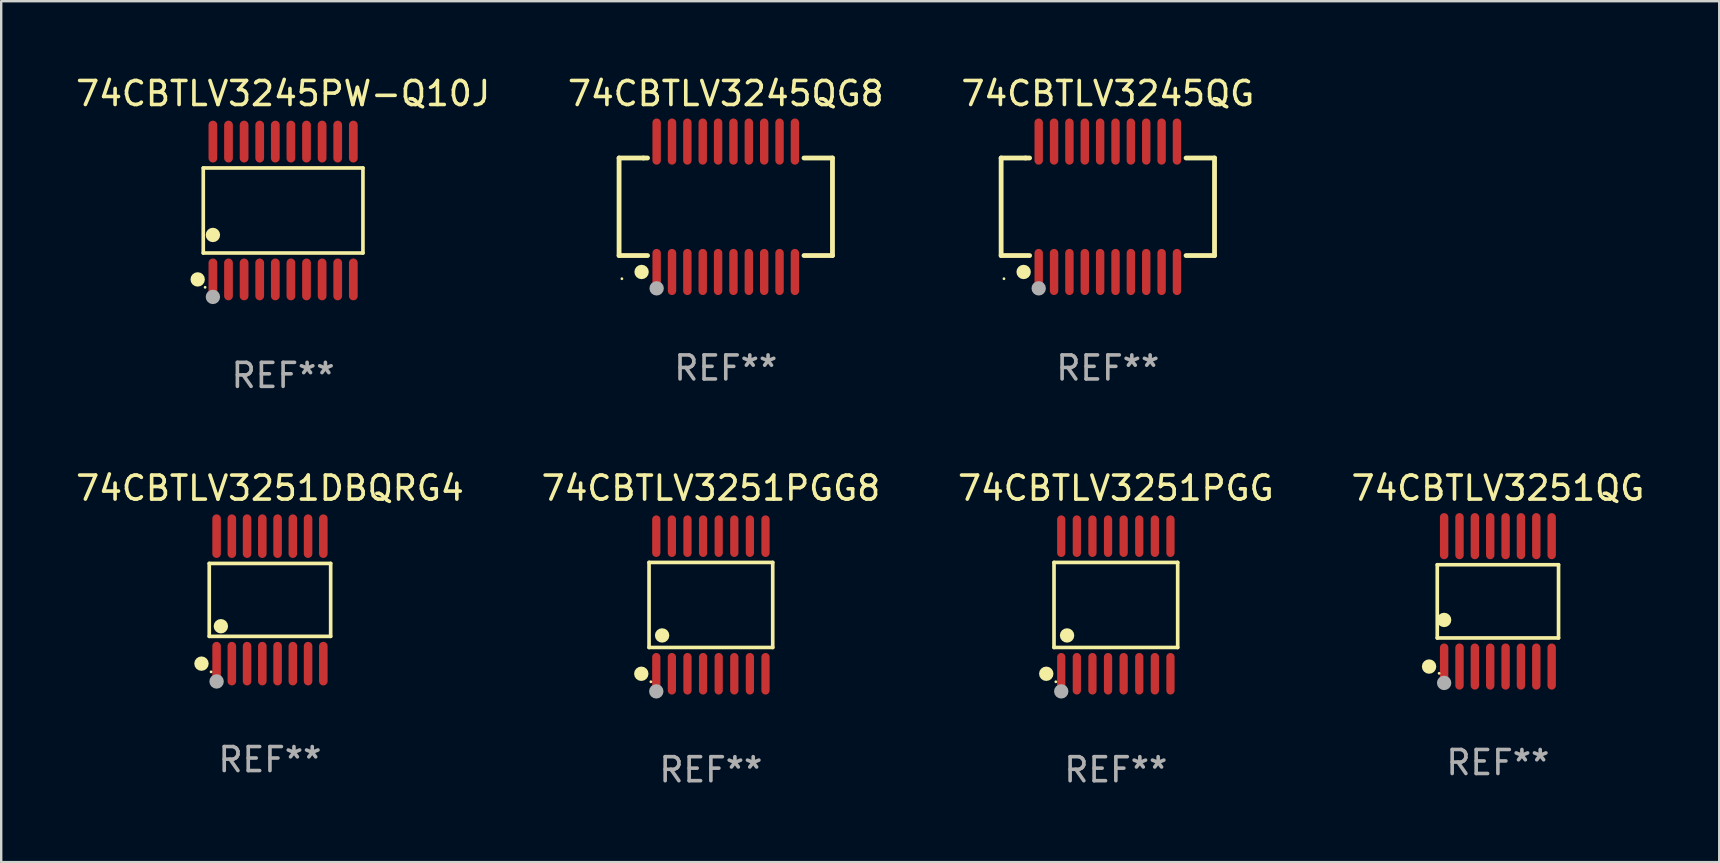
<source format=kicad_pcb>
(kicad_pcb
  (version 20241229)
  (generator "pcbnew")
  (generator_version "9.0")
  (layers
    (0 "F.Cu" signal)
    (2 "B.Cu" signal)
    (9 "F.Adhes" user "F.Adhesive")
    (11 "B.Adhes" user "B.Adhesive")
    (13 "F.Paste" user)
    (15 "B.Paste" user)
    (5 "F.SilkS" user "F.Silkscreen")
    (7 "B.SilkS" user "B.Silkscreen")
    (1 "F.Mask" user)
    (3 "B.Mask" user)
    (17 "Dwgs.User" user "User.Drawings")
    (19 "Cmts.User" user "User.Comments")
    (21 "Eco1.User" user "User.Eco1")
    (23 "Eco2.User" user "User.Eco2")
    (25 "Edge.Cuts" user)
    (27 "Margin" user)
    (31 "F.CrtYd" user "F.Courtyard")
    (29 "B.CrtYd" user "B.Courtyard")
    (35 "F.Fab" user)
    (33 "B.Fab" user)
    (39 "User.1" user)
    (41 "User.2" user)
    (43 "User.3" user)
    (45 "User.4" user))
  (footprint "74CBTLV3245PW-Q10J"
    (layer "F.Cu")
    (at 8.744 5.719)
    (property "Reference" "74CBTLV3245PW-Q10J" (at 0 -4.871 0) (layer "F.SilkS") (effects (font (size 1 1) (thickness 0.15))))
    (attr through_hole)
    (fp_line (start -3.326 -1.771) (end 3.326 -1.771) (stroke (width 0.152) (type solid)) (layer "F.SilkS"))
    (fp_line (start -3.326 1.771) (end -3.326 -1.771) (stroke (width 0.152) (type solid)) (layer "F.SilkS"))
    (fp_line (start 3.326 -1.771) (end 3.326 1.771) (stroke (width 0.152) (type solid)) (layer "F.SilkS"))
    (fp_line (start 3.326 1.771) (end -3.326 1.771) (stroke (width 0.152) (type solid)) (layer "F.SilkS"))
    (fp_circle (center -3.559 2.871) (end -3.409 2.871) (stroke (width 0.3) (type solid)) (fill no) (layer "F.SilkS"))
    (fp_circle (center -3.25 3.2) (end -3.22 3.2) (stroke (width 0.06) (type solid)) (fill no) (layer "F.SilkS"))
    (fp_circle (center -2.925 1.019) (end -2.775 1.019) (stroke (width 0.3) (type solid)) (fill no) (layer "F.SilkS"))
    (fp_circle (center -2.925 3.6) (end -2.775 3.6) (stroke (width 0.3) (type solid)) (fill no) (layer "F.Fab"))
    (fp_text user "REF**" (at 0 6.871 0) (layer "F.Fab") (effects (font (size 1 1) (thickness 0.15))))
    (pad "1" smd oval (at -2.925 2.871) (size 0.364 1.742) (layers "F.Cu" "F.Mask" "F.Paste"))
    (pad "2" smd oval (at -2.275 2.871) (size 0.364 1.742) (layers "F.Cu" "F.Mask" "F.Paste"))
    (pad "3" smd oval (at -1.625 2.871) (size 0.364 1.742) (layers "F.Cu" "F.Mask" "F.Paste"))
    (pad "4" smd oval (at -0.975 2.871) (size 0.364 1.742) (layers "F.Cu" "F.Mask" "F.Paste"))
    (pad "5" smd oval (at -0.325 2.871) (size 0.364 1.742) (layers "F.Cu" "F.Mask" "F.Paste"))
    (pad "6" smd oval (at 0.325 2.871) (size 0.364 1.742) (layers "F.Cu" "F.Mask" "F.Paste"))
    (pad "7" smd oval (at 0.975 2.871) (size 0.364 1.742) (layers "F.Cu" "F.Mask" "F.Paste"))
    (pad "8" smd oval (at 1.625 2.871) (size 0.364 1.742) (layers "F.Cu" "F.Mask" "F.Paste"))
    (pad "9" smd oval (at 2.275 2.871) (size 0.364 1.742) (layers "F.Cu" "F.Mask" "F.Paste"))
    (pad "10" smd oval (at 2.925 2.871) (size 0.364 1.742) (layers "F.Cu" "F.Mask" "F.Paste"))
    (pad "11" smd oval (at 2.925 -2.871) (size 0.364 1.742) (layers "F.Cu" "F.Mask" "F.Paste"))
    (pad "12" smd oval (at 2.275 -2.871) (size 0.364 1.742) (layers "F.Cu" "F.Mask" "F.Paste"))
    (pad "13" smd oval (at 1.625 -2.871) (size 0.364 1.742) (layers "F.Cu" "F.Mask" "F.Paste"))
    (pad "14" smd oval (at 0.975 -2.871) (size 0.364 1.742) (layers "F.Cu" "F.Mask" "F.Paste"))
    (pad "15" smd oval (at 0.325 -2.871) (size 0.364 1.742) (layers "F.Cu" "F.Mask" "F.Paste"))
    (pad "16" smd oval (at -0.325 -2.871) (size 0.364 1.742) (layers "F.Cu" "F.Mask" "F.Paste"))
    (pad "17" smd oval (at -0.975 -2.871) (size 0.364 1.742) (layers "F.Cu" "F.Mask" "F.Paste"))
    (pad "18" smd oval (at -1.625 -2.871) (size 0.364 1.742) (layers "F.Cu" "F.Mask" "F.Paste"))
    (pad "19" smd oval (at -2.275 -2.871) (size 0.364 1.742) (layers "F.Cu" "F.Mask" "F.Paste"))
    (pad "20" smd oval (at -2.925 -2.871) (size 0.364 1.742) (layers "F.Cu" "F.Mask" "F.Paste")))
  (footprint "74CBTLV3245QG"
    (layer "F.Cu")
    (at 43.101 5.564)
    (property "Reference" "74CBTLV3245QG" (at 0 -4.716 0) (layer "F.SilkS") (effects (font (size 1 1) (thickness 0.15))))
    (attr through_hole)
    (fp_line (start -4.445 -2.032) (end -4.445 2.032) (stroke (width 0.2) (type solid)) (layer "F.SilkS"))
    (fp_line (start -4.445 2.032) (end -3.259 2.032) (stroke (width 0.2) (type solid)) (layer "F.SilkS"))
    (fp_line (start -3.429 -2.032) (end -4.445 -2.032) (stroke (width 0.2) (type solid)) (layer "F.SilkS"))
    (fp_line (start -3.259 -2.032) (end -3.429 -2.032) (stroke (width 0.2) (type solid)) (layer "F.SilkS"))
    (fp_line (start 3.259 2.032) (end 4.445 2.032) (stroke (width 0.2) (type solid)) (layer "F.SilkS"))
    (fp_line (start 4.445 -2.032) (end 3.259 -2.032) (stroke (width 0.2) (type solid)) (layer "F.SilkS"))
    (fp_line (start 4.445 2.032) (end 4.445 -2.032) (stroke (width 0.2) (type solid)) (layer "F.SilkS"))
    (fp_circle (center -4.327 2.997) (end -4.297 2.997) (stroke (width 0.06) (type solid)) (fill no) (layer "F.SilkS"))
    (fp_circle (center -3.507 2.716) (end -3.357 2.716) (stroke (width 0.3) (type solid)) (fill no) (layer "F.SilkS"))
    (fp_circle (center -2.88 3.398) (end -2.73 3.398) (stroke (width 0.3) (type solid)) (fill no) (layer "F.Fab"))
    (fp_text user "REF**" (at 0 6.716 0) (layer "F.Fab") (effects (font (size 1 1) (thickness 0.15))))
    (pad "1" smd oval (at -2.88 2.716) (size 0.35 1.922) (layers "F.Cu" "F.Mask" "F.Paste"))
    (pad "2" smd oval (at -2.24 2.716) (size 0.35 1.922) (layers "F.Cu" "F.Mask" "F.Paste"))
    (pad "3" smd oval (at -1.6 2.716) (size 0.35 1.922) (layers "F.Cu" "F.Mask" "F.Paste"))
    (pad "4" smd oval (at -0.96 2.716) (size 0.35 1.922) (layers "F.Cu" "F.Mask" "F.Paste"))
    (pad "5" smd oval (at -0.32 2.716) (size 0.35 1.922) (layers "F.Cu" "F.Mask" "F.Paste"))
    (pad "6" smd oval (at 0.32 2.716) (size 0.35 1.922) (layers "F.Cu" "F.Mask" "F.Paste"))
    (pad "7" smd oval (at 0.96 2.716) (size 0.35 1.922) (layers "F.Cu" "F.Mask" "F.Paste"))
    (pad "8" smd oval (at 1.6 2.716) (size 0.35 1.922) (layers "F.Cu" "F.Mask" "F.Paste"))
    (pad "9" smd oval (at 2.24 2.716) (size 0.35 1.922) (layers "F.Cu" "F.Mask" "F.Paste"))
    (pad "10" smd oval (at 2.88 2.716) (size 0.35 1.922) (layers "F.Cu" "F.Mask" "F.Paste"))
    (pad "11" smd oval (at 2.88 -2.716) (size 0.35 1.922) (layers "F.Cu" "F.Mask" "F.Paste"))
    (pad "12" smd oval (at 2.24 -2.716) (size 0.35 1.922) (layers "F.Cu" "F.Mask" "F.Paste"))
    (pad "13" smd oval (at 1.6 -2.716) (size 0.35 1.922) (layers "F.Cu" "F.Mask" "F.Paste"))
    (pad "14" smd oval (at 0.96 -2.716) (size 0.35 1.922) (layers "F.Cu" "F.Mask" "F.Paste"))
    (pad "15" smd oval (at 0.32 -2.716) (size 0.35 1.922) (layers "F.Cu" "F.Mask" "F.Paste"))
    (pad "16" smd oval (at -0.32 -2.716) (size 0.35 1.922) (layers "F.Cu" "F.Mask" "F.Paste"))
    (pad "17" smd oval (at -0.96 -2.716) (size 0.35 1.922) (layers "F.Cu" "F.Mask" "F.Paste"))
    (pad "18" smd oval (at -1.6 -2.716) (size 0.35 1.922) (layers "F.Cu" "F.Mask" "F.Paste"))
    (pad "19" smd oval (at -2.24 -2.716) (size 0.35 1.922) (layers "F.Cu" "F.Mask" "F.Paste"))
    (pad "20" smd oval (at -2.88 -2.716) (size 0.35 1.922) (layers "F.Cu" "F.Mask" "F.Paste")))
  (footprint "74CBTLV3245QG8"
    (layer "F.Cu")
    (at 27.185 5.564)
    (property "Reference" "74CBTLV3245QG8" (at 0 -4.716 0) (layer "F.SilkS") (effects (font (size 1 1) (thickness 0.15))))
    (attr through_hole)
    (fp_line (start -4.445 -2.032) (end -4.445 2.032) (stroke (width 0.2) (type solid)) (layer "F.SilkS"))
    (fp_line (start -4.445 2.032) (end -3.259 2.032) (stroke (width 0.2) (type solid)) (layer "F.SilkS"))
    (fp_line (start -3.429 -2.032) (end -4.445 -2.032) (stroke (width 0.2) (type solid)) (layer "F.SilkS"))
    (fp_line (start -3.259 -2.032) (end -3.429 -2.032) (stroke (width 0.2) (type solid)) (layer "F.SilkS"))
    (fp_line (start 3.259 2.032) (end 4.445 2.032) (stroke (width 0.2) (type solid)) (layer "F.SilkS"))
    (fp_line (start 4.445 -2.032) (end 3.259 -2.032) (stroke (width 0.2) (type solid)) (layer "F.SilkS"))
    (fp_line (start 4.445 2.032) (end 4.445 -2.032) (stroke (width 0.2) (type solid)) (layer "F.SilkS"))
    (fp_circle (center -4.327 2.997) (end -4.297 2.997) (stroke (width 0.06) (type solid)) (fill no) (layer "F.SilkS"))
    (fp_circle (center -3.507 2.716) (end -3.357 2.716) (stroke (width 0.3) (type solid)) (fill no) (layer "F.SilkS"))
    (fp_circle (center -2.88 3.398) (end -2.73 3.398) (stroke (width 0.3) (type solid)) (fill no) (layer "F.Fab"))
    (fp_text user "REF**" (at 0 6.716 0) (layer "F.Fab") (effects (font (size 1 1) (thickness 0.15))))
    (pad "1" smd oval (at -2.88 2.716) (size 0.35 1.922) (layers "F.Cu" "F.Mask" "F.Paste"))
    (pad "2" smd oval (at -2.24 2.716) (size 0.35 1.922) (layers "F.Cu" "F.Mask" "F.Paste"))
    (pad "3" smd oval (at -1.6 2.716) (size 0.35 1.922) (layers "F.Cu" "F.Mask" "F.Paste"))
    (pad "4" smd oval (at -0.96 2.716) (size 0.35 1.922) (layers "F.Cu" "F.Mask" "F.Paste"))
    (pad "5" smd oval (at -0.32 2.716) (size 0.35 1.922) (layers "F.Cu" "F.Mask" "F.Paste"))
    (pad "6" smd oval (at 0.32 2.716) (size 0.35 1.922) (layers "F.Cu" "F.Mask" "F.Paste"))
    (pad "7" smd oval (at 0.96 2.716) (size 0.35 1.922) (layers "F.Cu" "F.Mask" "F.Paste"))
    (pad "8" smd oval (at 1.6 2.716) (size 0.35 1.922) (layers "F.Cu" "F.Mask" "F.Paste"))
    (pad "9" smd oval (at 2.24 2.716) (size 0.35 1.922) (layers "F.Cu" "F.Mask" "F.Paste"))
    (pad "10" smd oval (at 2.88 2.716) (size 0.35 1.922) (layers "F.Cu" "F.Mask" "F.Paste"))
    (pad "11" smd oval (at 2.88 -2.716) (size 0.35 1.922) (layers "F.Cu" "F.Mask" "F.Paste"))
    (pad "12" smd oval (at 2.24 -2.716) (size 0.35 1.922) (layers "F.Cu" "F.Mask" "F.Paste"))
    (pad "13" smd oval (at 1.6 -2.716) (size 0.35 1.922) (layers "F.Cu" "F.Mask" "F.Paste"))
    (pad "14" smd oval (at 0.96 -2.716) (size 0.35 1.922) (layers "F.Cu" "F.Mask" "F.Paste"))
    (pad "15" smd oval (at 0.32 -2.716) (size 0.35 1.922) (layers "F.Cu" "F.Mask" "F.Paste"))
    (pad "16" smd oval (at -0.32 -2.716) (size 0.35 1.922) (layers "F.Cu" "F.Mask" "F.Paste"))
    (pad "17" smd oval (at -0.96 -2.716) (size 0.35 1.922) (layers "F.Cu" "F.Mask" "F.Paste"))
    (pad "18" smd oval (at -1.6 -2.716) (size 0.35 1.922) (layers "F.Cu" "F.Mask" "F.Paste"))
    (pad "19" smd oval (at -2.24 -2.716) (size 0.35 1.922) (layers "F.Cu" "F.Mask" "F.Paste"))
    (pad "20" smd oval (at -2.88 -2.716) (size 0.35 1.922) (layers "F.Cu" "F.Mask" "F.Paste")))
  (footprint "74CBTLV3251DBQRG4"
    (layer "F.Cu")
    (at 8.196 21.941)
    (property "Reference" "74CBTLV3251DBQRG4" (at 0 -4.655 0) (layer "F.SilkS") (effects (font (size 1 1) (thickness 0.15))))
    (attr through_hole)
    (fp_line (start -2.529 -1.519) (end 2.529 -1.519) (stroke (width 0.152) (type solid)) (layer "F.SilkS"))
    (fp_line (start -2.529 1.519) (end -2.529 -1.519) (stroke (width 0.152) (type solid)) (layer "F.SilkS"))
    (fp_line (start 2.529 -1.519) (end 2.529 1.519) (stroke (width 0.152) (type solid)) (layer "F.SilkS"))
    (fp_line (start 2.529 1.519) (end -2.529 1.519) (stroke (width 0.152) (type solid)) (layer "F.SilkS"))
    (fp_circle (center -2.853 2.655) (end -2.703 2.655) (stroke (width 0.3) (type solid)) (fill no) (layer "F.SilkS"))
    (fp_circle (center -2.453 2.998) (end -2.423 2.998) (stroke (width 0.06) (type solid)) (fill no) (layer "F.SilkS"))
    (fp_circle (center -2.045 1.097) (end -1.895 1.097) (stroke (width 0.3) (type solid)) (fill no) (layer "F.SilkS"))
    (fp_circle (center -2.223 3.398) (end -2.072 3.398) (stroke (width 0.3) (type solid)) (fill no) (layer "F.Fab"))
    (fp_text user "REF**" (at 0 6.655 0) (layer "F.Fab") (effects (font (size 1 1) (thickness 0.15))))
    (pad "1" smd oval (at -2.223 2.655) (size 0.356 1.815) (layers "F.Cu" "F.Mask" "F.Paste"))
    (pad "2" smd oval (at -1.588 2.655) (size 0.356 1.815) (layers "F.Cu" "F.Mask" "F.Paste"))
    (pad "3" smd oval (at -0.953 2.655) (size 0.356 1.815) (layers "F.Cu" "F.Mask" "F.Paste"))
    (pad "4" smd oval (at -0.318 2.655) (size 0.356 1.815) (layers "F.Cu" "F.Mask" "F.Paste"))
    (pad "5" smd oval (at 0.318 2.655) (size 0.356 1.815) (layers "F.Cu" "F.Mask" "F.Paste"))
    (pad "6" smd oval (at 0.953 2.655) (size 0.356 1.815) (layers "F.Cu" "F.Mask" "F.Paste"))
    (pad "7" smd oval (at 1.588 2.655) (size 0.356 1.815) (layers "F.Cu" "F.Mask" "F.Paste"))
    (pad "8" smd oval (at 2.223 2.655) (size 0.356 1.815) (layers "F.Cu" "F.Mask" "F.Paste"))
    (pad "9" smd oval (at 2.223 -2.655) (size 0.356 1.815) (layers "F.Cu" "F.Mask" "F.Paste"))
    (pad "10" smd oval (at 1.588 -2.655) (size 0.356 1.815) (layers "F.Cu" "F.Mask" "F.Paste"))
    (pad "11" smd oval (at 0.953 -2.655) (size 0.356 1.815) (layers "F.Cu" "F.Mask" "F.Paste"))
    (pad "12" smd oval (at 0.318 -2.655) (size 0.356 1.815) (layers "F.Cu" "F.Mask" "F.Paste"))
    (pad "13" smd oval (at -0.318 -2.655) (size 0.356 1.815) (layers "F.Cu" "F.Mask" "F.Paste"))
    (pad "14" smd oval (at -0.953 -2.655) (size 0.356 1.815) (layers "F.Cu" "F.Mask" "F.Paste"))
    (pad "15" smd oval (at -1.588 -2.655) (size 0.356 1.815) (layers "F.Cu" "F.Mask" "F.Paste"))
    (pad "16" smd oval (at -2.223 -2.655) (size 0.356 1.815) (layers "F.Cu" "F.Mask" "F.Paste")))
  (footprint "74CBTLV3251PGG"
    (layer "F.Cu")
    (at 43.435 22.152)
    (property "Reference" "74CBTLV3251PGG" (at 0 -4.866 0) (layer "F.SilkS") (effects (font (size 1 1) (thickness 0.15))))
    (attr through_hole)
    (fp_line (start -2.576 -1.772) (end 2.576 -1.772) (stroke (width 0.152) (type solid)) (layer "F.SilkS"))
    (fp_line (start -2.576 1.771) (end -2.576 -1.772) (stroke (width 0.152) (type solid)) (layer "F.SilkS"))
    (fp_line (start 2.576 -1.772) (end 2.576 1.771) (stroke (width 0.152) (type solid)) (layer "F.SilkS"))
    (fp_line (start 2.576 1.771) (end -2.576 1.771) (stroke (width 0.152) (type solid)) (layer "F.SilkS"))
    (fp_circle (center -2.899 2.866) (end -2.749 2.866) (stroke (width 0.3) (type solid)) (fill no) (layer "F.SilkS"))
    (fp_circle (center -2.5 3.2) (end -2.47 3.2) (stroke (width 0.06) (type solid)) (fill no) (layer "F.SilkS"))
    (fp_circle (center -2.032 1.27) (end -1.882 1.27) (stroke (width 0.3) (type solid)) (fill no) (layer "F.SilkS"))
    (fp_circle (center -2.275 3.6) (end -2.125 3.6) (stroke (width 0.3) (type solid)) (fill no) (layer "F.Fab"))
    (fp_text user "REF**" (at 0 6.866 0) (layer "F.Fab") (effects (font (size 1 1) (thickness 0.15))))
    (pad "1" smd oval (at -2.275 2.866) (size 0.343 1.731) (layers "F.Cu" "F.Mask" "F.Paste"))
    (pad "2" smd oval (at -1.625 2.866) (size 0.343 1.731) (layers "F.Cu" "F.Mask" "F.Paste"))
    (pad "3" smd oval (at -0.975 2.866) (size 0.343 1.731) (layers "F.Cu" "F.Mask" "F.Paste"))
    (pad "4" smd oval (at -0.325 2.866) (size 0.343 1.731) (layers "F.Cu" "F.Mask" "F.Paste"))
    (pad "5" smd oval (at 0.325 2.866) (size 0.343 1.731) (layers "F.Cu" "F.Mask" "F.Paste"))
    (pad "6" smd oval (at 0.975 2.866) (size 0.343 1.731) (layers "F.Cu" "F.Mask" "F.Paste"))
    (pad "7" smd oval (at 1.625 2.866) (size 0.343 1.731) (layers "F.Cu" "F.Mask" "F.Paste"))
    (pad "8" smd oval (at 2.275 2.866) (size 0.343 1.731) (layers "F.Cu" "F.Mask" "F.Paste"))
    (pad "9" smd oval (at 2.275 -2.866) (size 0.343 1.731) (layers "F.Cu" "F.Mask" "F.Paste"))
    (pad "10" smd oval (at 1.625 -2.866) (size 0.343 1.731) (layers "F.Cu" "F.Mask" "F.Paste"))
    (pad "11" smd oval (at 0.975 -2.866) (size 0.343 1.731) (layers "F.Cu" "F.Mask" "F.Paste"))
    (pad "12" smd oval (at 0.325 -2.866) (size 0.343 1.731) (layers "F.Cu" "F.Mask" "F.Paste"))
    (pad "13" smd oval (at -0.325 -2.866) (size 0.343 1.731) (layers "F.Cu" "F.Mask" "F.Paste"))
    (pad "14" smd oval (at -0.975 -2.866) (size 0.343 1.731) (layers "F.Cu" "F.Mask" "F.Paste"))
    (pad "15" smd oval (at -1.625 -2.866) (size 0.343 1.731) (layers "F.Cu" "F.Mask" "F.Paste"))
    (pad "16" smd oval (at -2.275 -2.866) (size 0.343 1.731) (layers "F.Cu" "F.Mask" "F.Paste")))
  (footprint "74CBTLV3251QG"
    (layer "F.Cu")
    (at 59.351 22.002)
    (property "Reference" "74CBTLV3251QG" (at 0 -4.716 0) (layer "F.SilkS") (effects (font (size 1 1) (thickness 0.15))))
    (attr through_hole)
    (fp_line (start -2.526 -1.526) (end 2.526 -1.526) (stroke (width 0.152) (type solid)) (layer "F.SilkS"))
    (fp_line (start -2.526 1.526) (end -2.526 -1.526) (stroke (width 0.152) (type solid)) (layer "F.SilkS"))
    (fp_line (start 2.526 -1.526) (end 2.526 1.526) (stroke (width 0.152) (type solid)) (layer "F.SilkS"))
    (fp_line (start 2.526 1.526) (end -2.526 1.526) (stroke (width 0.152) (type solid)) (layer "F.SilkS"))
    (fp_circle (center -2.867 2.716) (end -2.717 2.716) (stroke (width 0.3) (type solid)) (fill no) (layer "F.SilkS"))
    (fp_circle (center -2.45 2.997) (end -2.42 2.997) (stroke (width 0.06) (type solid)) (fill no) (layer "F.SilkS"))
    (fp_circle (center -2.24 0.774) (end -2.09 0.774) (stroke (width 0.3) (type solid)) (fill no) (layer "F.SilkS"))
    (fp_circle (center -2.24 3.398) (end -2.09 3.398) (stroke (width 0.3) (type solid)) (fill no) (layer "F.Fab"))
    (fp_text user "REF**" (at 0 6.716 0) (layer "F.Fab") (effects (font (size 1 1) (thickness 0.15))))
    (pad "1" smd oval (at -2.24 2.716) (size 0.35 1.922) (layers "F.Cu" "F.Mask" "F.Paste"))
    (pad "2" smd oval (at -1.6 2.716) (size 0.35 1.922) (layers "F.Cu" "F.Mask" "F.Paste"))
    (pad "3" smd oval (at -0.96 2.716) (size 0.35 1.922) (layers "F.Cu" "F.Mask" "F.Paste"))
    (pad "4" smd oval (at -0.32 2.716) (size 0.35 1.922) (layers "F.Cu" "F.Mask" "F.Paste"))
    (pad "5" smd oval (at 0.32 2.716) (size 0.35 1.922) (layers "F.Cu" "F.Mask" "F.Paste"))
    (pad "6" smd oval (at 0.96 2.716) (size 0.35 1.922) (layers "F.Cu" "F.Mask" "F.Paste"))
    (pad "7" smd oval (at 1.6 2.716) (size 0.35 1.922) (layers "F.Cu" "F.Mask" "F.Paste"))
    (pad "8" smd oval (at 2.24 2.716) (size 0.35 1.922) (layers "F.Cu" "F.Mask" "F.Paste"))
    (pad "9" smd oval (at 2.24 -2.716) (size 0.35 1.922) (layers "F.Cu" "F.Mask" "F.Paste"))
    (pad "10" smd oval (at 1.6 -2.716) (size 0.35 1.922) (layers "F.Cu" "F.Mask" "F.Paste"))
    (pad "11" smd oval (at 0.96 -2.716) (size 0.35 1.922) (layers "F.Cu" "F.Mask" "F.Paste"))
    (pad "12" smd oval (at 0.32 -2.716) (size 0.35 1.922) (layers "F.Cu" "F.Mask" "F.Paste"))
    (pad "13" smd oval (at -0.32 -2.716) (size 0.35 1.922) (layers "F.Cu" "F.Mask" "F.Paste"))
    (pad "14" smd oval (at -0.96 -2.716) (size 0.35 1.922) (layers "F.Cu" "F.Mask" "F.Paste"))
    (pad "15" smd oval (at -1.6 -2.716) (size 0.35 1.922) (layers "F.Cu" "F.Mask" "F.Paste"))
    (pad "16" smd oval (at -2.24 -2.716) (size 0.35 1.922) (layers "F.Cu" "F.Mask" "F.Paste")))
  (footprint "74CBTLV3251PGG8"
    (layer "F.Cu")
    (at 26.565 22.152)
    (property "Reference" "74CBTLV3251PGG8" (at 0 -4.866 0) (layer "F.SilkS") (effects (font (size 1 1) (thickness 0.15))))
    (attr through_hole)
    (fp_line (start -2.576 -1.772) (end 2.576 -1.772) (stroke (width 0.152) (type solid)) (layer "F.SilkS"))
    (fp_line (start -2.576 1.771) (end -2.576 -1.772) (stroke (width 0.152) (type solid)) (layer "F.SilkS"))
    (fp_line (start 2.576 -1.772) (end 2.576 1.771) (stroke (width 0.152) (type solid)) (layer "F.SilkS"))
    (fp_line (start 2.576 1.771) (end -2.576 1.771) (stroke (width 0.152) (type solid)) (layer "F.SilkS"))
    (fp_circle (center -2.899 2.866) (end -2.749 2.866) (stroke (width 0.3) (type solid)) (fill no) (layer "F.SilkS"))
    (fp_circle (center -2.5 3.2) (end -2.47 3.2) (stroke (width 0.06) (type solid)) (fill no) (layer "F.SilkS"))
    (fp_circle (center -2.032 1.27) (end -1.882 1.27) (stroke (width 0.3) (type solid)) (fill no) (layer "F.SilkS"))
    (fp_circle (center -2.275 3.6) (end -2.125 3.6) (stroke (width 0.3) (type solid)) (fill no) (layer "F.Fab"))
    (fp_text user "REF**" (at 0 6.866 0) (layer "F.Fab") (effects (font (size 1 1) (thickness 0.15))))
    (pad "1" smd oval (at -2.275 2.866) (size 0.343 1.731) (layers "F.Cu" "F.Mask" "F.Paste"))
    (pad "2" smd oval (at -1.625 2.866) (size 0.343 1.731) (layers "F.Cu" "F.Mask" "F.Paste"))
    (pad "3" smd oval (at -0.975 2.866) (size 0.343 1.731) (layers "F.Cu" "F.Mask" "F.Paste"))
    (pad "4" smd oval (at -0.325 2.866) (size 0.343 1.731) (layers "F.Cu" "F.Mask" "F.Paste"))
    (pad "5" smd oval (at 0.325 2.866) (size 0.343 1.731) (layers "F.Cu" "F.Mask" "F.Paste"))
    (pad "6" smd oval (at 0.975 2.866) (size 0.343 1.731) (layers "F.Cu" "F.Mask" "F.Paste"))
    (pad "7" smd oval (at 1.625 2.866) (size 0.343 1.731) (layers "F.Cu" "F.Mask" "F.Paste"))
    (pad "8" smd oval (at 2.275 2.866) (size 0.343 1.731) (layers "F.Cu" "F.Mask" "F.Paste"))
    (pad "9" smd oval (at 2.275 -2.866) (size 0.343 1.731) (layers "F.Cu" "F.Mask" "F.Paste"))
    (pad "10" smd oval (at 1.625 -2.866) (size 0.343 1.731) (layers "F.Cu" "F.Mask" "F.Paste"))
    (pad "11" smd oval (at 0.975 -2.866) (size 0.343 1.731) (layers "F.Cu" "F.Mask" "F.Paste"))
    (pad "12" smd oval (at 0.325 -2.866) (size 0.343 1.731) (layers "F.Cu" "F.Mask" "F.Paste"))
    (pad "13" smd oval (at -0.325 -2.866) (size 0.343 1.731) (layers "F.Cu" "F.Mask" "F.Paste"))
    (pad "14" smd oval (at -0.975 -2.866) (size 0.343 1.731) (layers "F.Cu" "F.Mask" "F.Paste"))
    (pad "15" smd oval (at -1.625 -2.866) (size 0.343 1.731) (layers "F.Cu" "F.Mask" "F.Paste"))
    (pad "16" smd oval (at -2.275 -2.866) (size 0.343 1.731) (layers "F.Cu" "F.Mask" "F.Paste")))
  (gr_rect
    (start -3 -3)
    (end 68.571 32.866)
    (stroke (width 0.1) (type default))
    (fill no)
    (layer "Edge.Cuts")))
</source>
